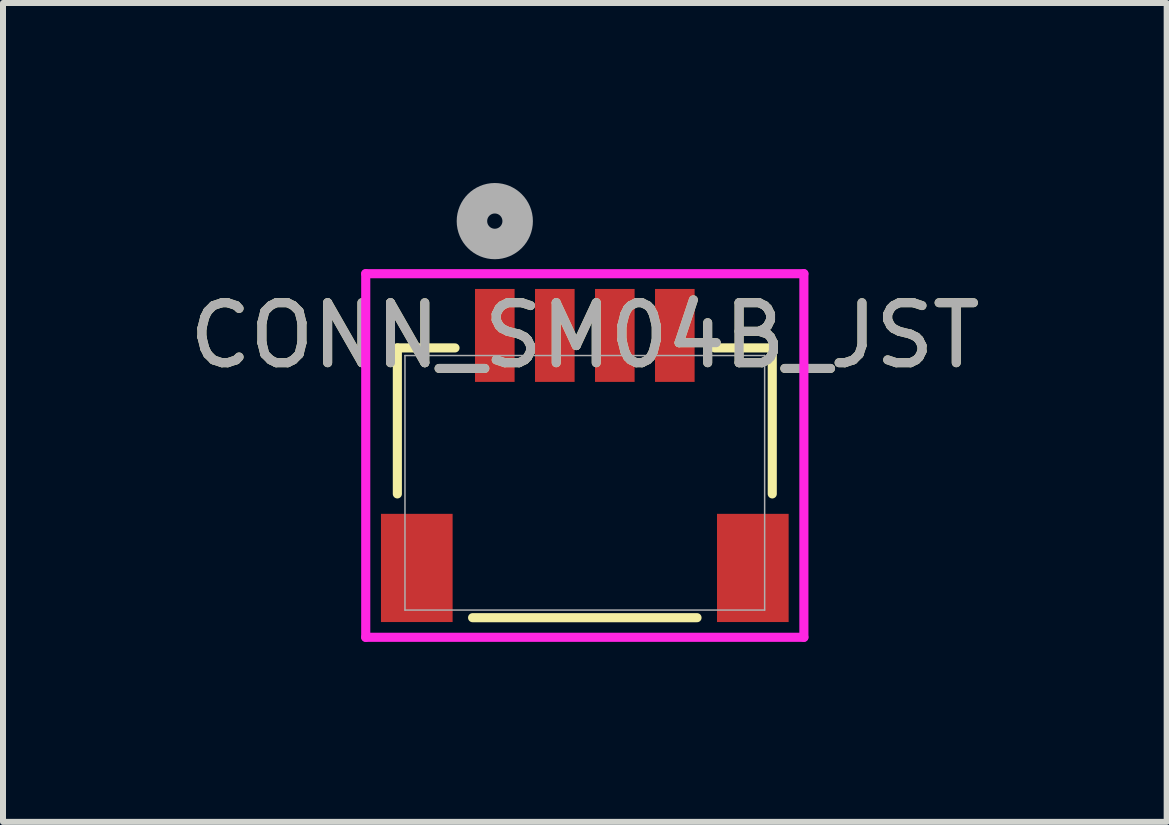
<source format=kicad_pcb>
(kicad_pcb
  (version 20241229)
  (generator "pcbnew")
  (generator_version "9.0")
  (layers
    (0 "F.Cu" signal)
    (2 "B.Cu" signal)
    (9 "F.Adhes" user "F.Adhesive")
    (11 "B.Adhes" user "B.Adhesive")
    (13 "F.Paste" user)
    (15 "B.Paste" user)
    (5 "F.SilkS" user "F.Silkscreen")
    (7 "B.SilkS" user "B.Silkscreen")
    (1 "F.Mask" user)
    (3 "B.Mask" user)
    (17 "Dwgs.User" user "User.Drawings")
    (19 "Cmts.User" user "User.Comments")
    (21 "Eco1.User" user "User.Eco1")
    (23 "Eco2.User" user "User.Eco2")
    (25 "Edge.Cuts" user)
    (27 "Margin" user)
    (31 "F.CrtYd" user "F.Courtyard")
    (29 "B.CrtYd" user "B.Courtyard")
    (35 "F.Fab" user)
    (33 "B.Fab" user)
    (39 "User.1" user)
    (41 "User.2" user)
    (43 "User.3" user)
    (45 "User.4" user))
  (footprint "CONN_SM04B_JST"
    (layer "F.Cu")
    (at 5.196 2.54)
    (property "Reference" "CONN_SM04B_JST" (at 1.5 0 0) (unlocked yes) (layer "F.SilkS") (effects (font (size 1 1) (thickness 0.15))))
    (attr smd)
    (fp_line (start -1.624 0.208) (end -1.624 2.641) (stroke (width 0.152) (type solid)) (layer "F.SilkS"))
    (fp_line (start -0.663 0.208) (end -1.624 0.208) (stroke (width 0.152) (type solid)) (layer "F.SilkS"))
    (fp_line (start -0.37 4.704) (end 3.37 4.704) (stroke (width 0.152) (type solid)) (layer "F.SilkS"))
    (fp_line (start 4.624 0.208) (end 3.663 0.208) (stroke (width 0.152) (type solid)) (layer "F.SilkS"))
    (fp_line (start 4.624 2.641) (end 4.624 0.208) (stroke (width 0.152) (type solid)) (layer "F.SilkS"))
    (fp_line (start -2.151 -1.029) (end -2.151 5.031) (stroke (width 0.152) (type solid)) (layer "F.CrtYd"))
    (fp_line (start -2.151 5.031) (end 5.151 5.031) (stroke (width 0.152) (type solid)) (layer "F.CrtYd"))
    (fp_line (start 5.151 -1.029) (end -2.151 -1.029) (stroke (width 0.152) (type solid)) (layer "F.CrtYd"))
    (fp_line (start 5.151 5.031) (end 5.151 -1.029) (stroke (width 0.152) (type solid)) (layer "F.CrtYd"))
    (fp_line (start -1.497 0.335) (end -1.497 4.577) (stroke (width 0.025) (type solid)) (layer "F.Fab"))
    (fp_line (start -1.497 4.577) (end 4.497 4.577) (stroke (width 0.025) (type solid)) (layer "F.Fab"))
    (fp_line (start 4.497 0.335) (end -1.497 0.335) (stroke (width 0.025) (type solid)) (layer "F.Fab"))
    (fp_line (start 4.497 4.577) (end 4.497 0.335) (stroke (width 0.025) (type solid)) (layer "F.Fab"))
    (fp_circle (center 0 -1.905) (end 0.381 -1.905) (stroke (width 0.508) (type solid)) (fill no) (layer "F.Fab"))
    (fp_text user "${REFERENCE}" (at 1.5 0 0) (unlocked yes) (layer "F.Fab") (effects (font (size 1 1) (thickness 0.15))))
    (pad "1" smd rect (at 0 0) (size 0.66 1.549) (layers "F.Cu" "F.Mask" "F.Paste"))
    (pad "2" smd rect (at 1 0) (size 0.66 1.549) (layers "F.Cu" "F.Mask" "F.Paste"))
    (pad "3" smd rect (at 2 0) (size 0.66 1.549) (layers "F.Cu" "F.Mask" "F.Paste"))
    (pad "4" smd rect (at 3 0) (size 0.66 1.549) (layers "F.Cu" "F.Mask" "F.Paste"))
    (pad "S" smd rect (at -1.3 3.875) (size 1.194 1.803) (layers "F.Cu" "F.Mask" "F.Paste"))
    (pad "S" smd rect (at 4.3 3.875) (size 1.194 1.803) (layers "F.Cu" "F.Mask" "F.Paste")))
  (gr_rect
    (start -3 -3)
    (end 16.393 10.647)
    (stroke (width 0.1) (type default))
    (fill no)
    (layer "Edge.Cuts")))
</source>
